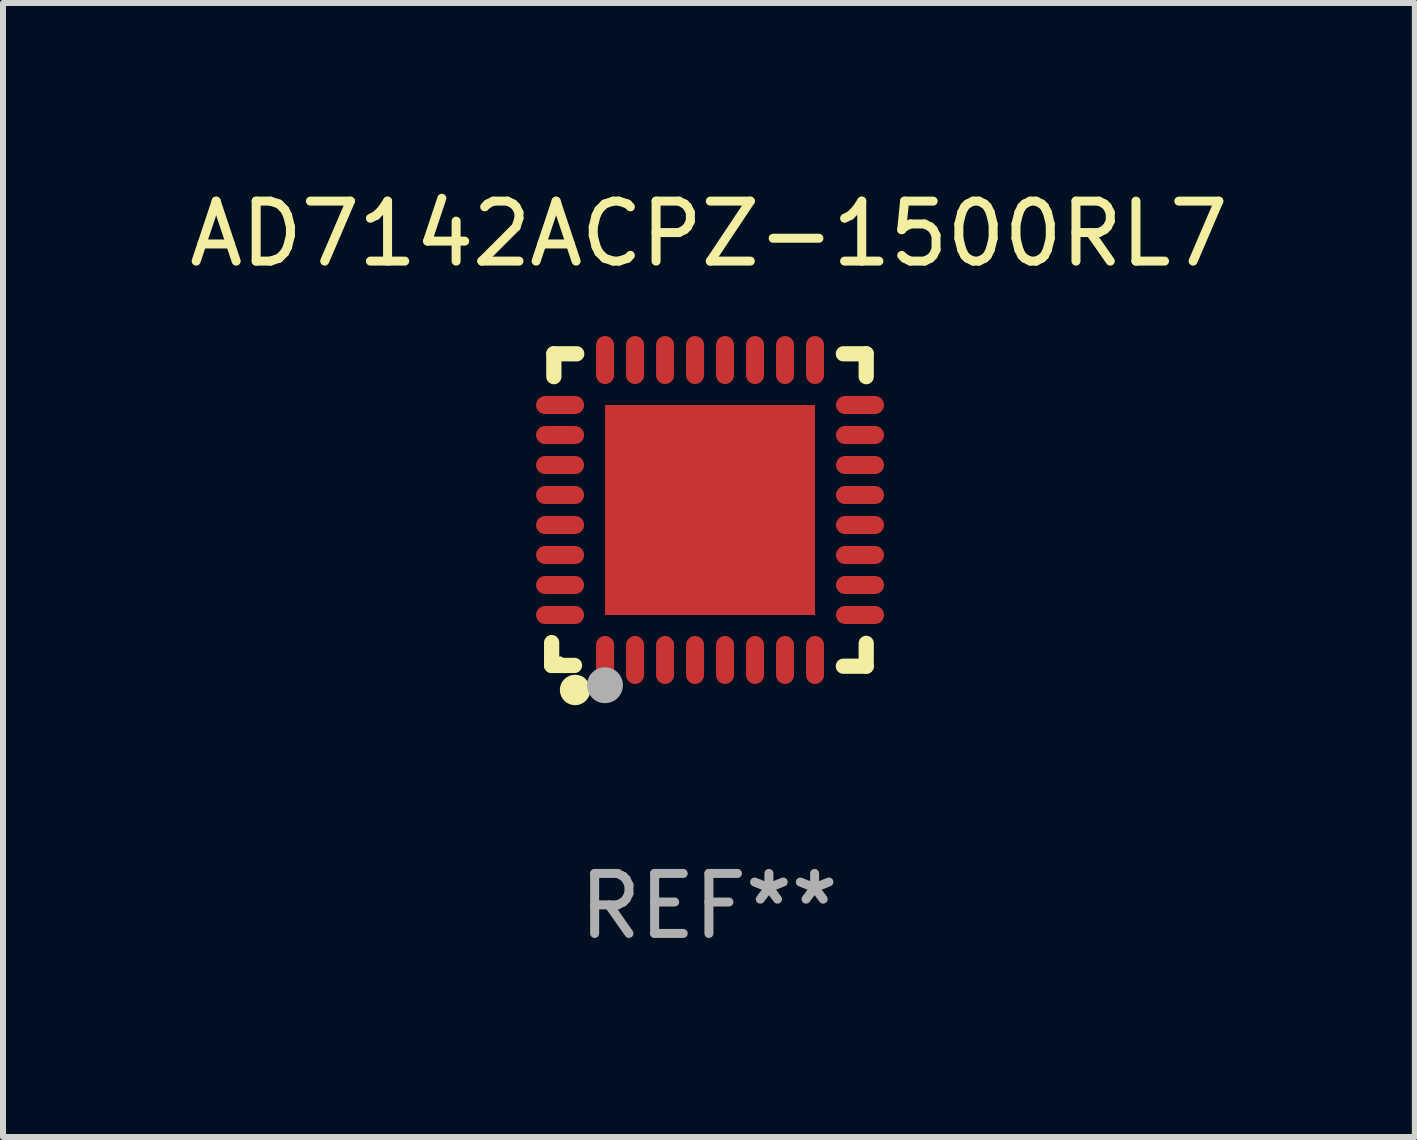
<source format=kicad_pcb>
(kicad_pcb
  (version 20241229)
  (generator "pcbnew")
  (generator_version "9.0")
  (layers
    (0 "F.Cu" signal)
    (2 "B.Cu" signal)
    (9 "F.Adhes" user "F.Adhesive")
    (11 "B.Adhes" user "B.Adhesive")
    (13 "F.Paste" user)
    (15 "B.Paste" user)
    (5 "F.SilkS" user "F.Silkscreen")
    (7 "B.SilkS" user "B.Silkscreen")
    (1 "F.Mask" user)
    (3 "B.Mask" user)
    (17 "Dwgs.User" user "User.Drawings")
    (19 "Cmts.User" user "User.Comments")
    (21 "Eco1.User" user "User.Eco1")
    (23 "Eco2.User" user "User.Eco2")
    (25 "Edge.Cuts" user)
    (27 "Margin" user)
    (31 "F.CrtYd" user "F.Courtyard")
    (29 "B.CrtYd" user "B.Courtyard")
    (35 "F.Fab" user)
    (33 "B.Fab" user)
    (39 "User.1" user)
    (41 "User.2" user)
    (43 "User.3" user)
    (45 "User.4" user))
  (footprint "AD7142ACPZ-1500RL7"
    (layer "F.Cu")
    (at 8.768 5.452)
    (property "Reference" "AD7142ACPZ-1500RL7" (at 0 -4.604 0) (layer "F.SilkS") (effects (font (size 1 1) (thickness 0.15))))
    (attr through_hole)
    (fp_line (start -2.622 2.21) (end -2.622 2.591) (stroke (width 0.254) (type solid)) (layer "F.SilkS"))
    (fp_line (start -2.622 2.591) (end -2.241 2.591) (stroke (width 0.254) (type solid)) (layer "F.SilkS"))
    (fp_line (start -2.585 -2.604) (end -2.585 -2.223) (stroke (width 0.254) (type solid)) (layer "F.SilkS"))
    (fp_line (start -2.204 -2.604) (end -2.585 -2.604) (stroke (width 0.254) (type solid)) (layer "F.SilkS"))
    (fp_line (start 2.241 2.604) (end 2.622 2.604) (stroke (width 0.254) (type solid)) (layer "F.SilkS"))
    (fp_line (start 2.622 -2.604) (end 2.241 -2.604) (stroke (width 0.254) (type solid)) (layer "F.SilkS"))
    (fp_line (start 2.622 -2.223) (end 2.622 -2.604) (stroke (width 0.254) (type solid)) (layer "F.SilkS"))
    (fp_line (start 2.622 2.604) (end 2.622 2.223) (stroke (width 0.254) (type solid)) (layer "F.SilkS"))
    (fp_circle (center -2.481 2.5) (end -2.451 2.5) (stroke (width 0.06) (type solid)) (fill no) (layer "F.SilkS"))
    (fp_circle (center -2.231 3) (end -2.104 3) (stroke (width 0.254) (type solid)) (fill no) (layer "F.SilkS"))
    (fp_circle (center -1.733 2.921) (end -1.583 2.921) (stroke (width 0.3) (type solid)) (fill no) (layer "F.Fab"))
    (fp_text user "REF**" (at 0 6.604 0) (layer "F.Fab") (effects (font (size 1 1) (thickness 0.15))))
    (pad "1" smd oval (at -1.731 2.5 90) (size 0.8 0.3) (layers "F.Cu" "F.Mask" "F.Paste"))
    (pad "2" smd oval (at -1.231 2.5 90) (size 0.8 0.3) (layers "F.Cu" "F.Mask" "F.Paste"))
    (pad "3" smd oval (at -0.731 2.5 90) (size 0.8 0.3) (layers "F.Cu" "F.Mask" "F.Paste"))
    (pad "4" smd oval (at -0.231 2.5 90) (size 0.8 0.3) (layers "F.Cu" "F.Mask" "F.Paste"))
    (pad "5" smd oval (at 0.269 2.5 90) (size 0.8 0.3) (layers "F.Cu" "F.Mask" "F.Paste"))
    (pad "6" smd oval (at 0.769 2.5 90) (size 0.8 0.3) (layers "F.Cu" "F.Mask" "F.Paste"))
    (pad "7" smd oval (at 1.269 2.5 90) (size 0.8 0.3) (layers "F.Cu" "F.Mask" "F.Paste"))
    (pad "8" smd oval (at 1.769 2.5 90) (size 0.8 0.3) (layers "F.Cu" "F.Mask" "F.Paste"))
    (pad "9" smd oval (at 2.519 1.75 180) (size 0.8 0.3) (layers "F.Cu" "F.Mask" "F.Paste"))
    (pad "10" smd oval (at 2.519 1.25 180) (size 0.8 0.3) (layers "F.Cu" "F.Mask" "F.Paste"))
    (pad "11" smd oval (at 2.519 0.75 180) (size 0.8 0.3) (layers "F.Cu" "F.Mask" "F.Paste"))
    (pad "12" smd oval (at 2.519 0.25 180) (size 0.8 0.3) (layers "F.Cu" "F.Mask" "F.Paste"))
    (pad "13" smd oval (at 2.519 -0.25 180) (size 0.8 0.3) (layers "F.Cu" "F.Mask" "F.Paste"))
    (pad "14" smd oval (at 2.519 -0.75 180) (size 0.8 0.3) (layers "F.Cu" "F.Mask" "F.Paste"))
    (pad "15" smd oval (at 2.519 -1.25 180) (size 0.8 0.3) (layers "F.Cu" "F.Mask" "F.Paste"))
    (pad "16" smd oval (at 2.519 -1.75 180) (size 0.8 0.3) (layers "F.Cu" "F.Mask" "F.Paste"))
    (pad "17" smd oval (at 1.769 -2.5 270) (size 0.8 0.3) (layers "F.Cu" "F.Mask" "F.Paste"))
    (pad "18" smd oval (at 1.269 -2.5 270) (size 0.8 0.3) (layers "F.Cu" "F.Mask" "F.Paste"))
    (pad "19" smd oval (at 0.769 -2.5 270) (size 0.8 0.3) (layers "F.Cu" "F.Mask" "F.Paste"))
    (pad "20" smd oval (at 0.269 -2.5 270) (size 0.8 0.3) (layers "F.Cu" "F.Mask" "F.Paste"))
    (pad "21" smd oval (at -0.231 -2.5 270) (size 0.8 0.3) (layers "F.Cu" "F.Mask" "F.Paste"))
    (pad "22" smd oval (at -0.731 -2.5 270) (size 0.8 0.3) (layers "F.Cu" "F.Mask" "F.Paste"))
    (pad "23" smd oval (at -1.231 -2.5 270) (size 0.8 0.3) (layers "F.Cu" "F.Mask" "F.Paste"))
    (pad "24" smd oval (at -1.731 -2.5 270) (size 0.8 0.3) (layers "F.Cu" "F.Mask" "F.Paste"))
    (pad "25" smd oval (at -2.481 -1.75) (size 0.8 0.3) (layers "F.Cu" "F.Mask" "F.Paste"))
    (pad "26" smd oval (at -2.481 -1.25) (size 0.8 0.3) (layers "F.Cu" "F.Mask" "F.Paste"))
    (pad "27" smd oval (at -2.481 -0.75) (size 0.8 0.3) (layers "F.Cu" "F.Mask" "F.Paste"))
    (pad "28" smd oval (at -2.481 -0.25) (size 0.8 0.3) (layers "F.Cu" "F.Mask" "F.Paste"))
    (pad "29" smd oval (at -2.481 0.25) (size 0.8 0.3) (layers "F.Cu" "F.Mask" "F.Paste"))
    (pad "30" smd oval (at -2.481 0.75) (size 0.8 0.3) (layers "F.Cu" "F.Mask" "F.Paste"))
    (pad "31" smd oval (at -2.481 1.25) (size 0.8 0.3) (layers "F.Cu" "F.Mask" "F.Paste"))
    (pad "32" smd oval (at -2.481 1.75) (size 0.8 0.3) (layers "F.Cu" "F.Mask" "F.Paste"))
    (pad "33" smd rect (at 0.019 -0.000025 90) (size 3.5 3.5) (layers "F.Cu" "F.Mask" "F.Paste")))
  (gr_rect
    (start -3 -3)
    (end 20.536 15.904)
    (stroke (width 0.1) (type default))
    (fill no)
    (layer "Edge.Cuts")))
</source>
